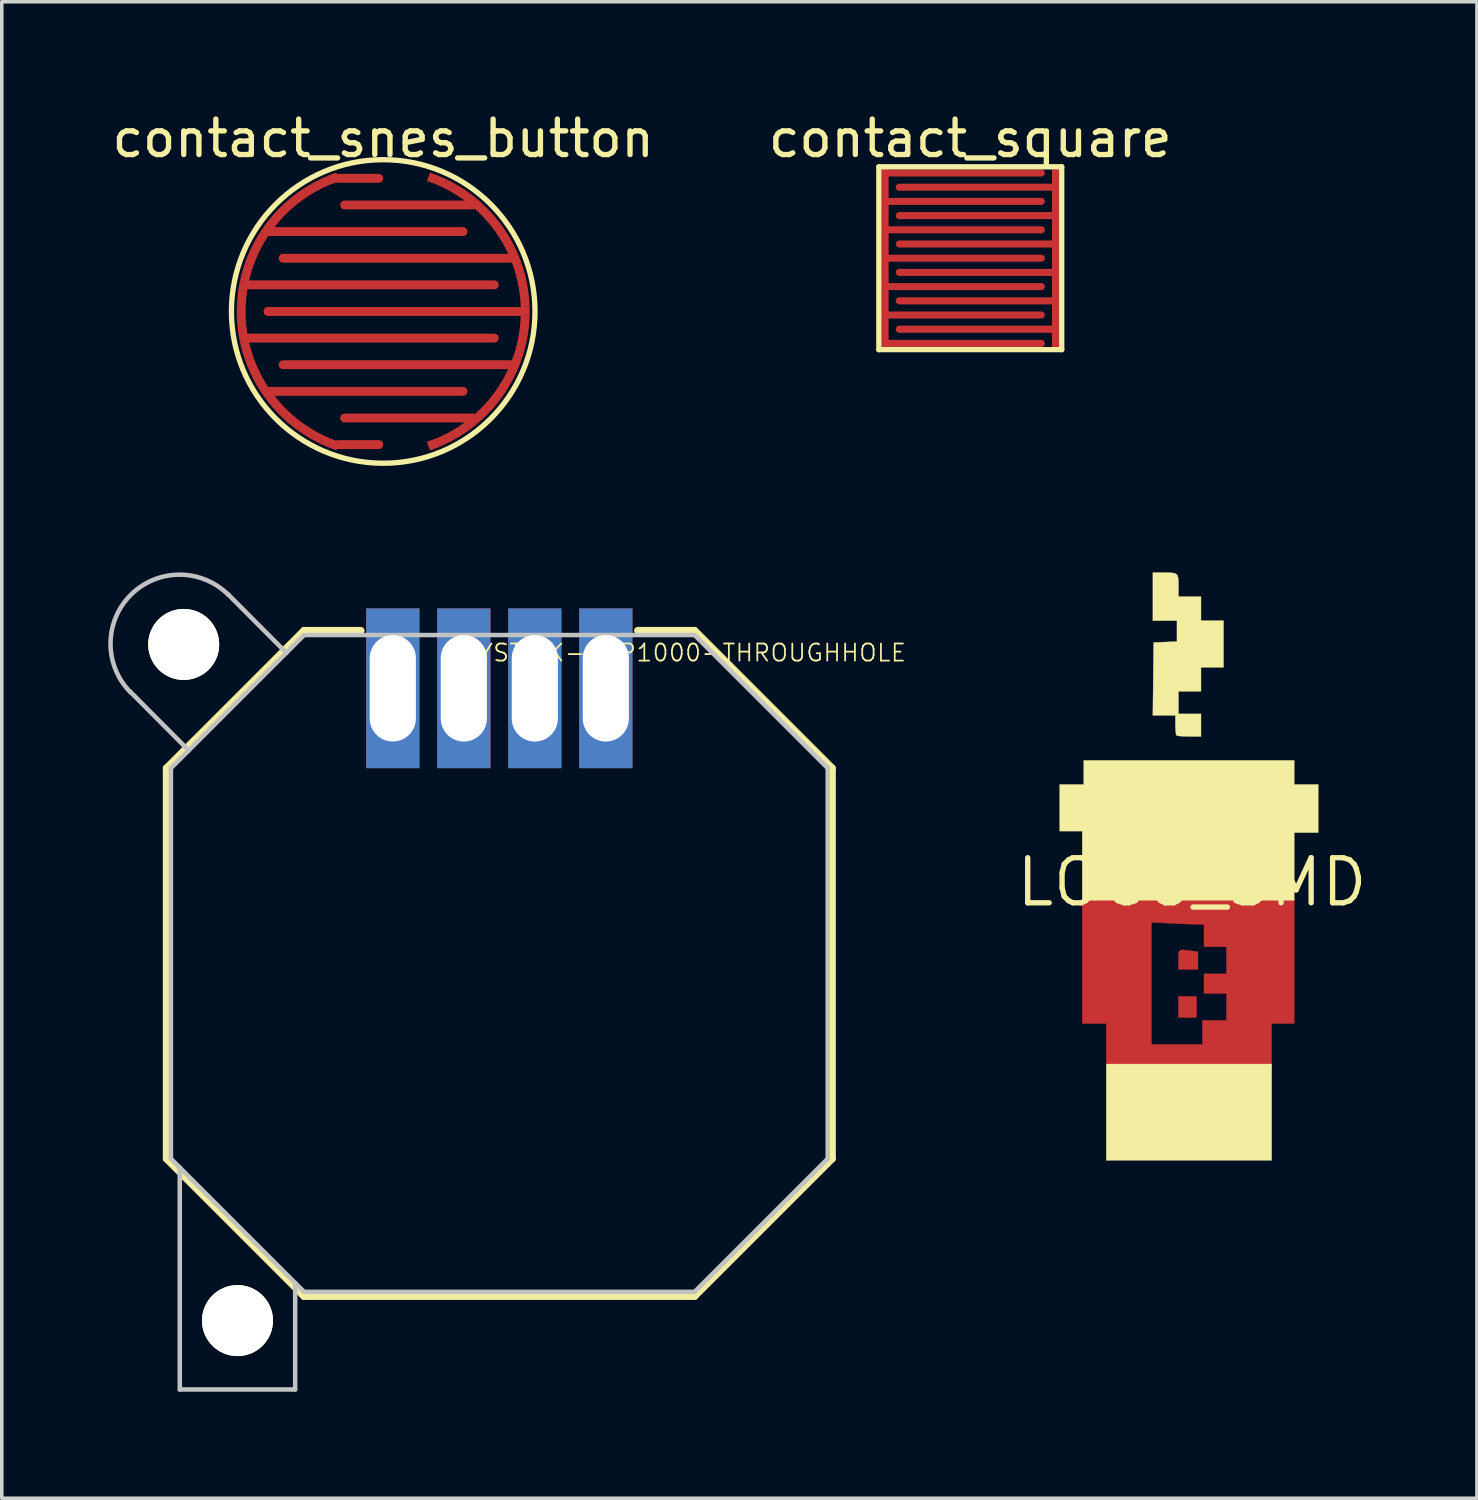
<source format=kicad_pcb>
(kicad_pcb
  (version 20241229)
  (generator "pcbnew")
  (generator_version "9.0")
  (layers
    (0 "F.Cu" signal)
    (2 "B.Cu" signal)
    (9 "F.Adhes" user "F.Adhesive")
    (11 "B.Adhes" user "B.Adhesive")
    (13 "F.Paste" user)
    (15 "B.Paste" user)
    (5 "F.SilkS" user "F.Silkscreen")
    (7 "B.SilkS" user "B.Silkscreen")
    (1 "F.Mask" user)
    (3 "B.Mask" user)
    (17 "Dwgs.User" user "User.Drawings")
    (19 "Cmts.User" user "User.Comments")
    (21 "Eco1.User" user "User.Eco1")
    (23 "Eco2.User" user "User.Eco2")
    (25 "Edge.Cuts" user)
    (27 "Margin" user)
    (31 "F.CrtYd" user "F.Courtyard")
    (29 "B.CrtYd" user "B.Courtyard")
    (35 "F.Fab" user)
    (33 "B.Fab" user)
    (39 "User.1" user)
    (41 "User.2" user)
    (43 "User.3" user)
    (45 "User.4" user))
  (footprint "JOYSTICK-PSP1000-THROUGHHOLE"
    (layer "F.Cu")
    (at 11.014 24.087)
    (property "Reference" "JOYSTICK-PSP1000-THROUGHHOLE" (at 5 -8.75 0) (layer "F.SilkS") (effects (font (size 0.481 0.481) (thickness 0.05))))
    (attr smd)
    (fp_line (start -9.377 5.5) (end -9.377 -5.5) (stroke (width 0.203) (type solid)) (layer "F.SilkS"))
    (fp_line (start -9.377 5.5) (end -5.5 9.377) (stroke (width 0.203) (type solid)) (layer "F.SilkS"))
    (fp_line (start -5.5 -9.377) (end -9.377 -5.5) (stroke (width 0.203) (type solid)) (layer "F.SilkS"))
    (fp_line (start -5.5 -9.377) (end -3.898 -9.377) (stroke (width 0.203) (type solid)) (layer "F.SilkS"))
    (fp_line (start -5.5 9.377) (end 5.5 9.377) (stroke (width 0.203) (type solid)) (layer "F.SilkS"))
    (fp_line (start 3.898 -9.377) (end 5.5 -9.377) (stroke (width 0.203) (type solid)) (layer "F.SilkS"))
    (fp_line (start 5.5 -9.377) (end 9.377 -5.5) (stroke (width 0.203) (type solid)) (layer "F.SilkS"))
    (fp_line (start 9.377 5.5) (end 5.5 9.377) (stroke (width 0.203) (type solid)) (layer "F.SilkS"))
    (fp_line (start 9.377 5.5) (end 9.377 -5.5) (stroke (width 0.203) (type solid)) (layer "F.SilkS"))
    (fp_line (start -10.4 -7.658) (end -8.75 -6) (stroke (width 0.127) (type solid)) (layer "Dwgs.User"))
    (fp_line (start -9.25 5.5) (end -9.25 -5.5) (stroke (width 0.127) (type solid)) (layer "Dwgs.User"))
    (fp_line (start -9.25 5.5) (end -9 5.75) (stroke (width 0.127) (type solid)) (layer "Dwgs.User"))
    (fp_line (start -9 5.75) (end -9 12) (stroke (width 0.127) (type solid)) (layer "Dwgs.User"))
    (fp_line (start -9 5.75) (end -5.75 9) (stroke (width 0.127) (type solid)) (layer "Dwgs.User"))
    (fp_line (start -9 12) (end -5.75 12) (stroke (width 0.127) (type solid)) (layer "Dwgs.User"))
    (fp_line (start -8.75 -6) (end -9.25 -5.5) (stroke (width 0.127) (type solid)) (layer "Dwgs.User"))
    (fp_line (start -7.65 -10.408) (end -6 -8.75) (stroke (width 0.127) (type solid)) (layer "Dwgs.User"))
    (fp_line (start -6 -8.75) (end -8.75 -6) (stroke (width 0.127) (type solid)) (layer "Dwgs.User"))
    (fp_line (start -5.75 9) (end -5.5 9.25) (stroke (width 0.127) (type solid)) (layer "Dwgs.User"))
    (fp_line (start -5.75 12) (end -5.75 9) (stroke (width 0.127) (type solid)) (layer "Dwgs.User"))
    (fp_line (start -5.5 -9.25) (end -6 -8.75) (stroke (width 0.127) (type solid)) (layer "Dwgs.User"))
    (fp_line (start -5.5 -9.25) (end 5.5 -9.25) (stroke (width 0.127) (type solid)) (layer "Dwgs.User"))
    (fp_line (start -5.5 9.25) (end 5.5 9.25) (stroke (width 0.127) (type solid)) (layer "Dwgs.User"))
    (fp_line (start 5.5 -9.25) (end 9.25 -5.5) (stroke (width 0.127) (type solid)) (layer "Dwgs.User"))
    (fp_line (start 9.25 5.5) (end 5.5 9.25) (stroke (width 0.127) (type solid)) (layer "Dwgs.User"))
    (fp_line (start 9.25 5.5) (end 9.25 -5.5) (stroke (width 0.127) (type solid)) (layer "Dwgs.User"))
    (fp_arc (start -10.3809 -7.6309) (mid -10.3809 -10.3809) (end -7.6309 -10.3809) (stroke (width 0.127) (type solid)) (layer "Dwgs.User"))
    (pad "" np_thru_hole circle (at -8.89 -8.985) (size 2 2) (drill 2) (layers "*.Cu" "*.Mask" "F.SilkS"))
    (pad "" np_thru_hole circle (at -7.375 10.06) (size 2 2) (drill 2) (layers "*.Cu" "*.Mask" "F.SilkS"))
    (pad "1" thru_hole rect (at 3 -7.75 90) (size 4.5 1.5) (drill oval 3 1.3) (layers "*.Cu" "*.Mask"))
    (pad "2" thru_hole rect (at 1 -7.75 90) (size 4.5 1.5) (drill oval 3 1.3) (layers "*.Cu" "*.Mask"))
    (pad "3" thru_hole rect (at -1 -7.75 90) (size 4.5 1.5) (drill oval 3 1.3) (layers "*.Cu" "*.Mask"))
    (pad "4" thru_hole rect (at -3 -7.75 90) (size 4.5 1.5) (drill oval 3 1.3) (layers "*.Cu" "*.Mask")))
  (footprint "contact_square"
    (layer "F.Cu")
    (at 24.28 4.223)
    (property "Reference" "contact_square" (at 0 -3.375 0) (layer "F.SilkS") (effects (font (size 1 1) (thickness 0.15))))
    (attr through_hole)
    (fp_line (start -2.575 -2.575) (end 2.575 -2.575) (stroke (width 0.15) (type solid)) (layer "F.SilkS"))
    (fp_line (start -2.575 2.575) (end -2.575 -2.575) (stroke (width 0.15) (type solid)) (layer "F.SilkS"))
    (fp_line (start 2.575 -2.575) (end 2.575 2.575) (stroke (width 0.15) (type solid)) (layer "F.SilkS"))
    (fp_line (start 2.575 2.575) (end -2.575 2.575) (stroke (width 0.15) (type solid)) (layer "F.SilkS"))
    (pad "1" smd rect (at -2.4 0) (size 0.2 5) (layers "F.Cu" "F.Mask"))
    (pad "1" smd oval (at -0.2 -2.4) (size 4.6 0.2) (layers "F.Cu" "F.Mask"))
    (pad "1" smd oval (at -0.2 -1.6) (size 4.6 0.2) (layers "F.Cu" "F.Mask"))
    (pad "1" smd oval (at -0.2 -0.8) (size 4.6 0.2) (layers "F.Cu" "F.Mask"))
    (pad "1" smd oval (at -0.2 0) (size 4.6 0.2) (layers "F.Cu" "F.Mask"))
    (pad "1" smd oval (at -0.2 0.8) (size 4.6 0.2) (layers "F.Cu" "F.Mask"))
    (pad "1" smd oval (at -0.2 1.6) (size 4.6 0.2) (layers "F.Cu" "F.Mask"))
    (pad "1" smd oval (at -0.2 2.4) (size 4.6 0.2) (layers "F.Cu" "F.Mask"))
    (pad "2" smd oval (at 0.2 -2) (size 4.6 0.2) (layers "F.Cu" "F.Mask"))
    (pad "2" smd oval (at 0.2 -1.2) (size 4.6 0.2) (layers "F.Cu" "F.Mask"))
    (pad "2" smd oval (at 0.2 -0.4) (size 4.6 0.2) (layers "F.Cu" "F.Mask"))
    (pad "2" smd oval (at 0.2 0.4) (size 4.6 0.2) (layers "F.Cu" "F.Mask"))
    (pad "2" smd oval (at 0.2 1.2) (size 4.6 0.2) (layers "F.Cu" "F.Mask"))
    (pad "2" smd oval (at 0.2 2) (size 4.6 0.2) (layers "F.Cu" "F.Mask"))
    (pad "2" smd rect (at 2.4 0) (size 0.2 5) (layers "F.Cu" "F.Mask")))
  (footprint "LOGO_SMD"
    (layer "F.Cu")
    (at 30.524 21.799)
    (property "Reference" "LOGO_SMD" (at 0 0 0) (layer "F.SilkS") (effects (font (size 1.27 1.27) (thickness 0.15))))
    (attr through_hole)
    (fp_poly (pts (xy 0.127 3.81) (xy -0.381 3.81) (xy -0.381 3.217) (xy 0.127 3.217) (xy 0.127 3.81)) (stroke (width 0.01) (type solid)) (fill yes) (layer "F.Cu"))
    (fp_poly (pts (xy -0.068 1.926) (xy -0.027 1.932) (xy 0.169 1.959) (xy 0.169 2.455) (xy -0.381 2.455) (xy -0.381 2.18) (xy -0.38 2.036) (xy -0.364 1.95) (xy -0.319 1.911) (xy -0.225 1.907) (xy -0.068 1.926)) (stroke (width 0.01) (type solid)) (fill yes) (layer "F.Cu"))
    (fp_poly (pts (xy 2.879 3.979) (xy 2.244 3.979) (xy 2.244 5.165) (xy 1.535 5.165) (xy 1.283 5.165) (xy 0.969 5.167) (xy 0.617 5.17) (xy 0.25 5.174) (xy -0.11 5.178) (xy -0.275 5.18) (xy -0.608 5.184) (xy -0.944 5.186) (xy -1.266 5.186) (xy -1.553 5.184) (xy -1.787 5.181) (xy -1.894 5.179) (xy -2.413 5.162) (xy -2.413 4.572) (xy -1.143 4.572) (xy 0.296 4.572) (xy 0.296 3.895) (xy 0.974 3.895) (xy 0.974 3.133) (xy 0.339 3.133) (xy 0.339 2.582) (xy 0.974 2.582) (xy 0.974 1.82) (xy 0.339 1.82) (xy 0.339 1.185) (xy 0.138 1.185) (xy 0.016 1.183) (xy -0.165 1.177) (xy -0.382 1.168) (xy -0.603 1.157) (xy -1.143 1.13) (xy -1.143 4.572) (xy -2.413 4.572) (xy -2.413 3.979) (xy -3.09 3.979) (xy -3.09 0.466) (xy 2.879 0.466) (xy 2.879 3.979)) (stroke (width 0.01) (type solid)) (fill yes) (layer "F.Cu"))
    (fp_poly (pts (xy 2.879 3.979) (xy 2.244 3.979) (xy 2.244 5.165) (xy 1.51 5.165) (xy 1.247 5.165) (xy 0.924 5.167) (xy 0.564 5.17) (xy 0.193 5.174) (xy -0.167 5.178) (xy -0.3 5.18) (xy -0.63 5.184) (xy -0.964 5.186) (xy -1.284 5.186) (xy -1.569 5.184) (xy -1.8 5.181) (xy -1.894 5.179) (xy -2.413 5.162) (xy -2.413 3.979) (xy -3.09 3.979) (xy -3.09 0.466) (xy 2.879 0.466) (xy 2.879 3.979)) (stroke (width 0.01) (type solid)) (fill yes) (layer "F.Mask"))
    (fp_poly (pts (xy 2.244 7.832) (xy -2.413 7.832) (xy -2.413 5.122) (xy 2.244 5.122) (xy 2.244 7.832)) (stroke (width 0.01) (type solid)) (fill yes) (layer "F.SilkS"))
    (fp_poly (pts (xy 2.879 -2.752) (xy 3.556 -2.752) (xy 3.556 -1.397) (xy 2.879 -1.397) (xy 2.879 0.508) (xy -3.09 0.508) (xy -3.09 -1.439) (xy -3.725 -1.439) (xy -3.725 -2.752) (xy -3.048 -2.752) (xy -3.048 -3.429) (xy 2.879 -3.429) (xy 2.879 -2.752)) (stroke (width 0.01) (type solid)) (fill yes) (layer "F.SilkS"))
    (fp_poly (pts (xy -0.615 -8.719) (xy -0.491 -8.704) (xy -0.421 -8.663) (xy -0.39 -8.583) (xy -0.381 -8.45) (xy -0.381 -8.356) (xy -0.381 -8.043) (xy 0.254 -8.043) (xy 0.254 -7.366) (xy 0.889 -7.366) (xy 0.889 -6.054) (xy 0.254 -6.054) (xy 0.254 -5.376) (xy -0.381 -5.376) (xy -0.381 -4.741) (xy 0.254 -4.741) (xy 0.254 -4.106) (xy -0.078 -4.106) (xy -0.238 -4.11) (xy -0.364 -4.119) (xy -0.432 -4.131) (xy -0.437 -4.135) (xy -0.452 -4.189) (xy -0.462 -4.302) (xy -0.466 -4.431) (xy -0.466 -4.699) (xy -1.102 -4.699) (xy -1.079 -6.752) (xy -0.751 -6.765) (xy -0.423 -6.777) (xy -0.423 -7.366) (xy -1.101 -7.366) (xy -1.101 -8.721) (xy -0.808 -8.721) (xy -0.615 -8.719)) (stroke (width 0.01) (type solid)) (fill yes) (layer "F.SilkS"))
    (pad "1" connect rect (at 2 1.4) (size 1.524 1.524) (layers "F.Cu" "F.Mask")))
  (footprint "contact_snes_button"
    (layer "F.Cu")
    (at 7.744 5.723)
    (property "Reference" "contact_snes_button" (at 0 -4.875 0) (layer "F.SilkS") (effects (font (size 1 1) (thickness 0.15))))
    (attr through_hole)
    (fp_circle (center 0 0) (end 0 4.275) (stroke (width 0.15) (type solid)) (fill no) (layer "F.SilkS"))
    (pad "1" smd rect (at -4 0.013 180.186) (size 0.25 0.25) (layers "F.Cu" "F.Mask"))
    (pad "1" smd rect (at -3.993 -0.229 176.714) (size 0.25 0.25) (layers "F.Cu" "F.Mask"))
    (pad "1" smd rect (at -3.992 0.255 183.659) (size 0.25 0.25) (layers "F.Cu" "F.Mask"))
    (pad "1" smd rect (at -3.972 -0.471 173.241) (size 0.25 0.25) (layers "F.Cu" "F.Mask"))
    (pad "1" smd rect (at -3.969 0.497 187.131) (size 0.25 0.25) (layers "F.Cu" "F.Mask"))
    (pad "1" smd rect (at -3.936 -0.71 169.769) (size 0.25 0.25) (layers "F.Cu" "F.Mask"))
    (pad "1" smd rect (at -3.932 0.736 190.604) (size 0.25 0.25) (layers "F.Cu" "F.Mask"))
    (pad "1" smd rect (at -3.886 -0.948 166.297) (size 0.25 0.25) (layers "F.Cu" "F.Mask"))
    (pad "1" smd rect (at -3.88 0.973 194.076) (size 0.25 0.25) (layers "F.Cu" "F.Mask"))
    (pad "1" smd rect (at -3.822 -1.181 162.824) (size 0.25 0.25) (layers "F.Cu" "F.Mask"))
    (pad "1" smd rect (at -3.814 1.206 197.549) (size 0.25 0.25) (layers "F.Cu" "F.Mask"))
    (pad "1" smd rect (at -3.743 -1.411 159.352) (size 0.25 0.25) (layers "F.Cu" "F.Mask"))
    (pad "1" smd rect (at -3.734 1.435 201.021) (size 0.25 0.25) (layers "F.Cu" "F.Mask"))
    (pad "1" smd rect (at -3.651 -1.635 155.879) (size 0.25 0.25) (layers "F.Cu" "F.Mask"))
    (pad "1" smd rect (at -3.64 1.658 204.494) (size 0.25 0.25) (layers "F.Cu" "F.Mask"))
    (pad "1" smd rect (at -3.545 -1.853 152.407) (size 0.25 0.25) (layers "F.Cu" "F.Mask"))
    (pad "1" smd rect (at -3.533 1.876 207.966) (size 0.25 0.25) (layers "F.Cu" "F.Mask"))
    (pad "1" smd rect (at -3.426 -2.064 148.934) (size 0.25 0.25) (layers "F.Cu" "F.Mask"))
    (pad "1" smd rect (at -3.413 2.086 211.439) (size 0.25 0.25) (layers "F.Cu" "F.Mask"))
    (pad "1" smd rect (at -3.295 -2.268 145.462) (size 0.25 0.25) (layers "F.Cu" "F.Mask"))
    (pad "1" smd rect (at -3.28 2.289 214.911) (size 0.25 0.25) (layers "F.Cu" "F.Mask"))
    (pad "1" smd rect (at -3.152 -2.463 141.989) (size 0.25 0.25) (layers "F.Cu" "F.Mask"))
    (pad "1" smd rect (at -3.135 2.484 218.384) (size 0.25 0.25) (layers "F.Cu" "F.Mask"))
    (pad "1" smd rect (at -2.997 -2.65 138.517) (size 0.25 0.25) (layers "F.Cu" "F.Mask"))
    (pad "1" smd rect (at -2.979 2.669 221.856) (size 0.25 0.25) (layers "F.Cu" "F.Mask"))
    (pad "1" smd rect (at -2.831 -2.826 135.044) (size 0.25 0.25) (layers "F.Cu" "F.Mask"))
    (pad "1" smd rect (at -2.812 2.845 225.329) (size 0.25 0.25) (layers "F.Cu" "F.Mask"))
    (pad "1" smd rect (at -2.654 -2.992 131.572) (size 0.25 0.25) (layers "F.Cu" "F.Mask"))
    (pad "1" smd rect (at -2.635 3.01 228.801) (size 0.25 0.25) (layers "F.Cu" "F.Mask"))
    (pad "1" smd rect (at -2.468 -3.148 128.099) (size 0.25 0.25) (layers "F.Cu" "F.Mask"))
    (pad "1" smd rect (at -2.448 3.164 232.274) (size 0.25 0.25) (layers "F.Cu" "F.Mask"))
    (pad "1" smd rect (at -2.273 -3.291 124.627) (size 0.25 0.25) (layers "F.Cu" "F.Mask"))
    (pad "1" smd rect (at -2.251 3.306 235.746) (size 0.25 0.25) (layers "F.Cu" "F.Mask"))
    (pad "1" smd rect (at -2.069 -3.423 121.154) (size 0.25 0.25) (layers "F.Cu" "F.Mask"))
    (pad "1" smd rect (at -2.047 3.436 239.218) (size 0.25 0.25) (layers "F.Cu" "F.Mask"))
    (pad "1" smd rect (at -1.858 -3.542 117.682) (size 0.25 0.25) (layers "F.Cu" "F.Mask"))
    (pad "1" smd rect (at -1.835 3.554 242.691) (size 0.25 0.25) (layers "F.Cu" "F.Mask"))
    (pad "1" smd rect (at -1.64 -3.648 114.209) (size 0.25 0.25) (layers "F.Cu" "F.Mask"))
    (pad "1" smd rect (at -1.617 3.659 246.163) (size 0.25 0.25) (layers "F.Cu" "F.Mask"))
    (pad "1" smd rect (at -1.416 -3.741 110.737) (size 0.25 0.25) (layers "F.Cu" "F.Mask"))
    (pad "1" smd rect (at -1.392 -3.75 110.364) (size 0.25 0.25) (layers "F.Cu" "F.Mask"))
    (pad "1" smd rect (at -1.392 3.75 249.636) (size 0.25 0.25) (layers "F.Cu" "F.Mask"))
    (pad "1" smd oval (at -0.696 -3.75) (size 1.392 0.25) (layers "F.Cu" "F.Mask"))
    (pad "1" smd oval (at -0.696 3.75) (size 1.392 0.25) (layers "F.Cu" "F.Mask"))
    (pad "1" smd oval (at -0.467 -2.25) (size 5.68 0.25) (layers "F.Cu" "F.Mask"))
    (pad "1" smd oval (at -0.467 2.25) (size 5.68 0.25) (layers "F.Cu" "F.Mask"))
    (pad "1" smd oval (at -0.338 -0.75) (size 7.182 0.25) (layers "F.Cu" "F.Mask"))
    (pad "1" smd oval (at -0.338 0.75) (size 7.182 0.25) (layers "F.Cu" "F.Mask"))
    (pad "2" smd oval (at 0.314 0) (size 7.372 0.25) (layers "F.Cu" "F.Mask"))
    (pad "2" smd oval (at 0.382 -1.5) (size 6.652 0.25) (layers "F.Cu" "F.Mask"))
    (pad "2" smd oval (at 0.382 1.5) (size 6.652 0.25) (layers "F.Cu" "F.Mask"))
    (pad "2" smd oval (at 0.717 -3) (size 3.857 0.25) (layers "F.Cu" "F.Mask"))
    (pad "2" smd oval (at 0.717 3) (size 3.857 0.25) (layers "F.Cu" "F.Mask"))
    (pad "2" smd rect (at 1.392 -3.75 69.636) (size 0.25 0.25) (layers "F.Cu" "F.Mask"))
    (pad "2" smd rect (at 1.392 3.75 290.364) (size 0.25 0.25) (layers "F.Cu" "F.Mask"))
    (pad "2" smd rect (at 1.416 3.741 290.737) (size 0.25 0.25) (layers "F.Cu" "F.Mask"))
    (pad "2" smd rect (at 1.617 -3.659 66.163) (size 0.25 0.25) (layers "F.Cu" "F.Mask"))
    (pad "2" smd rect (at 1.64 3.648 294.209) (size 0.25 0.25) (layers "F.Cu" "F.Mask"))
    (pad "2" smd rect (at 1.835 -3.554 62.691) (size 0.25 0.25) (layers "F.Cu" "F.Mask"))
    (pad "2" smd rect (at 1.858 3.542 297.682) (size 0.25 0.25) (layers "F.Cu" "F.Mask"))
    (pad "2" smd rect (at 2.047 -3.436 59.218) (size 0.25 0.25) (layers "F.Cu" "F.Mask"))
    (pad "2" smd rect (at 2.069 3.423 301.154) (size 0.25 0.25) (layers "F.Cu" "F.Mask"))
    (pad "2" smd rect (at 2.251 -3.306 55.746) (size 0.25 0.25) (layers "F.Cu" "F.Mask"))
    (pad "2" smd rect (at 2.273 3.291 304.627) (size 0.25 0.25) (layers "F.Cu" "F.Mask"))
    (pad "2" smd rect (at 2.448 -3.164 52.274) (size 0.25 0.25) (layers "F.Cu" "F.Mask"))
    (pad "2" smd rect (at 2.468 3.148 308.099) (size 0.25 0.25) (layers "F.Cu" "F.Mask"))
    (pad "2" smd rect (at 2.635 -3.01 48.801) (size 0.25 0.25) (layers "F.Cu" "F.Mask"))
    (pad "2" smd rect (at 2.654 2.992 311.572) (size 0.25 0.25) (layers "F.Cu" "F.Mask"))
    (pad "2" smd rect (at 2.812 -2.845 45.329) (size 0.25 0.25) (layers "F.Cu" "F.Mask"))
    (pad "2" smd rect (at 2.831 2.826 315.044) (size 0.25 0.25) (layers "F.Cu" "F.Mask"))
    (pad "2" smd rect (at 2.979 -2.669 41.856) (size 0.25 0.25) (layers "F.Cu" "F.Mask"))
    (pad "2" smd rect (at 2.997 2.65 318.517) (size 0.25 0.25) (layers "F.Cu" "F.Mask"))
    (pad "2" smd rect (at 3.135 -2.484 38.384) (size 0.25 0.25) (layers "F.Cu" "F.Mask"))
    (pad "2" smd rect (at 3.152 2.463 321.989) (size 0.25 0.25) (layers "F.Cu" "F.Mask"))
    (pad "2" smd rect (at 3.28 -2.289 34.911) (size 0.25 0.25) (layers "F.Cu" "F.Mask"))
    (pad "2" smd rect (at 3.295 2.268 325.462) (size 0.25 0.25) (layers "F.Cu" "F.Mask"))
    (pad "2" smd rect (at 3.413 -2.086 31.439) (size 0.25 0.25) (layers "F.Cu" "F.Mask"))
    (pad "2" smd rect (at 3.426 2.064 328.934) (size 0.25 0.25) (layers "F.Cu" "F.Mask"))
    (pad "2" smd rect (at 3.533 -1.876 27.966) (size 0.25 0.25) (layers "F.Cu" "F.Mask"))
    (pad "2" smd rect (at 3.545 1.853 332.407) (size 0.25 0.25) (layers "F.Cu" "F.Mask"))
    (pad "2" smd rect (at 3.64 -1.658 24.494) (size 0.25 0.25) (layers "F.Cu" "F.Mask"))
    (pad "2" smd rect (at 3.651 1.635 335.879) (size 0.25 0.25) (layers "F.Cu" "F.Mask"))
    (pad "2" smd rect (at 3.734 -1.435 21.021) (size 0.25 0.25) (layers "F.Cu" "F.Mask"))
    (pad "2" smd rect (at 3.743 1.411 339.352) (size 0.25 0.25) (layers "F.Cu" "F.Mask"))
    (pad "2" smd rect (at 3.814 -1.206 17.549) (size 0.25 0.25) (layers "F.Cu" "F.Mask"))
    (pad "2" smd rect (at 3.822 1.181 342.824) (size 0.25 0.25) (layers "F.Cu" "F.Mask"))
    (pad "2" smd rect (at 3.88 -0.973 14.076) (size 0.25 0.25) (layers "F.Cu" "F.Mask"))
    (pad "2" smd rect (at 3.886 0.948 346.297) (size 0.25 0.25) (layers "F.Cu" "F.Mask"))
    (pad "2" smd rect (at 3.932 -0.736 10.604) (size 0.25 0.25) (layers "F.Cu" "F.Mask"))
    (pad "2" smd rect (at 3.936 0.71 349.769) (size 0.25 0.25) (layers "F.Cu" "F.Mask"))
    (pad "2" smd rect (at 3.969 -0.497 7.131) (size 0.25 0.25) (layers "F.Cu" "F.Mask"))
    (pad "2" smd rect (at 3.972 0.471 353.241) (size 0.25 0.25) (layers "F.Cu" "F.Mask"))
    (pad "2" smd rect (at 3.992 -0.255 3.659) (size 0.25 0.25) (layers "F.Cu" "F.Mask"))
    (pad "2" smd rect (at 3.993 0.229 356.714) (size 0.25 0.25) (layers "F.Cu" "F.Mask"))
    (pad "2" smd rect (at 4 -0.013 0.186) (size 0.25 0.25) (layers "F.Cu" "F.Mask")))
  (gr_rect
    (start -3 -3)
    (end 38.551 39.151)
    (stroke (width 0.1) (type default))
    (fill no)
    (layer "Edge.Cuts")))
</source>
